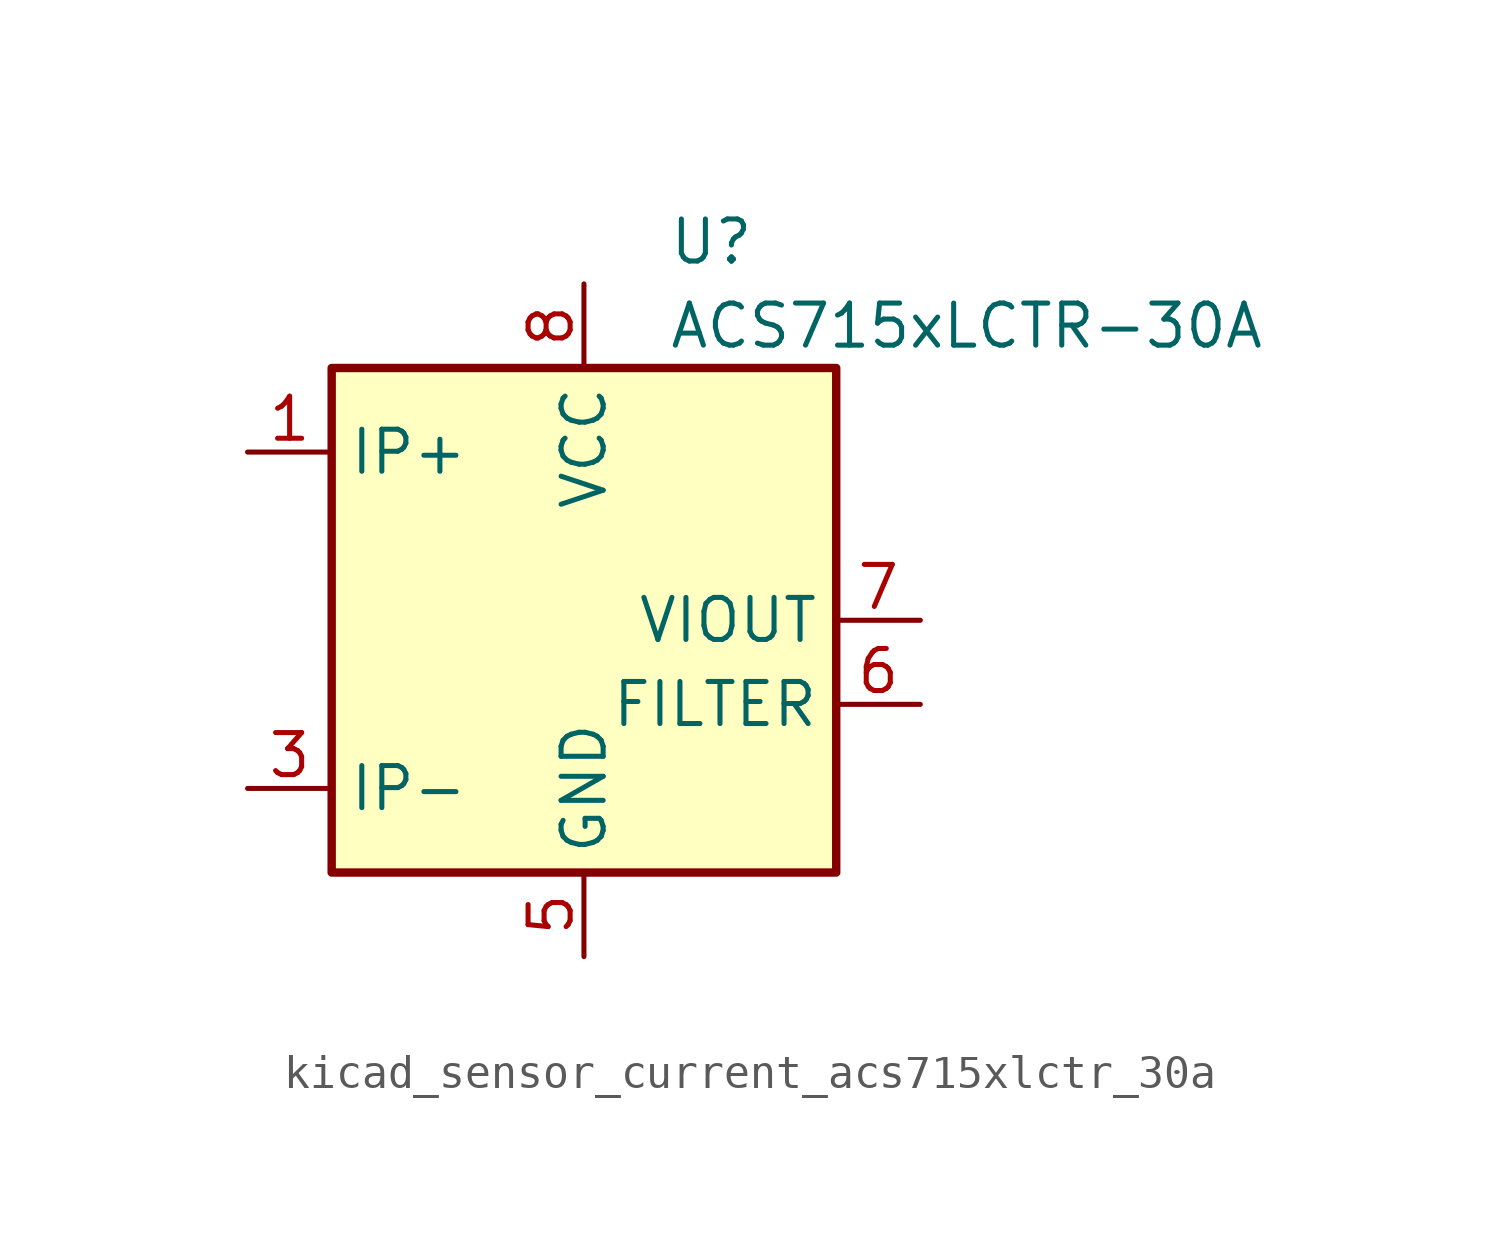
<source format=kicad_sym>
(kicad_symbol_lib
  (version 20220914)
  (generator kicad_symbol_editor)
  (symbol "kicad_sensor_current_acs715xlctr_30a"
    (property "Reference" "U"
      (at 2.54 11.43 0)
      (effects (font (size 1.27 1.27)) (justify left)))
    (property "Value" "ACS715xLCTR-30A"
      (at 2.54 8.89 0)
      (effects (font (size 1.27 1.27)) (justify left)))
    (symbol "kicad_sensor_current_acs715xlctr_30a_0_1"
      (rectangle (start -7.62 7.62) (end 7.62 -7.62) (stroke (width 0.254) (type default)) (fill (type background))))
    (symbol "kicad_sensor_current_acs715xlctr_30a_1_1"
      (pin passive line (at -10.16 5.08 0) (length 2.54) (name "IP+" (effects (font (size 1.27 1.27)))) (number "1" (effects (font (size 1.27 1.27)))))
      (pin passive line (at -10.16 5.08 0) (length 2.54) hide (name "IP+" (effects (font (size 1.27 1.27)))) (number "2" (effects (font (size 1.27 1.27)))))
      (pin passive line (at -10.16 -5.08 0) (length 2.54) (name "IP-" (effects (font (size 1.27 1.27)))) (number "3" (effects (font (size 1.27 1.27)))))
      (pin passive line (at -10.16 -5.08 0) (length 2.54) hide (name "IP-" (effects (font (size 1.27 1.27)))) (number "4" (effects (font (size 1.27 1.27)))))
      (pin power_in line (at 0 -10.16 90) (length 2.54) (name "GND" (effects (font (size 1.27 1.27)))) (number "5" (effects (font (size 1.27 1.27)))))
      (pin passive line (at 10.16 -2.54 180) (length 2.54) (name "FILTER" (effects (font (size 1.27 1.27)))) (number "6" (effects (font (size 1.27 1.27)))))
      (pin output line (at 10.16 0 180) (length 2.54) (name "VIOUT" (effects (font (size 1.27 1.27)))) (number "7" (effects (font (size 1.27 1.27)))))
      (pin power_in line (at 0 10.16 270) (length 2.54) (name "VCC" (effects (font (size 1.27 1.27)))) (number "8" (effects (font (size 1.27 1.27))))))))
</source>
